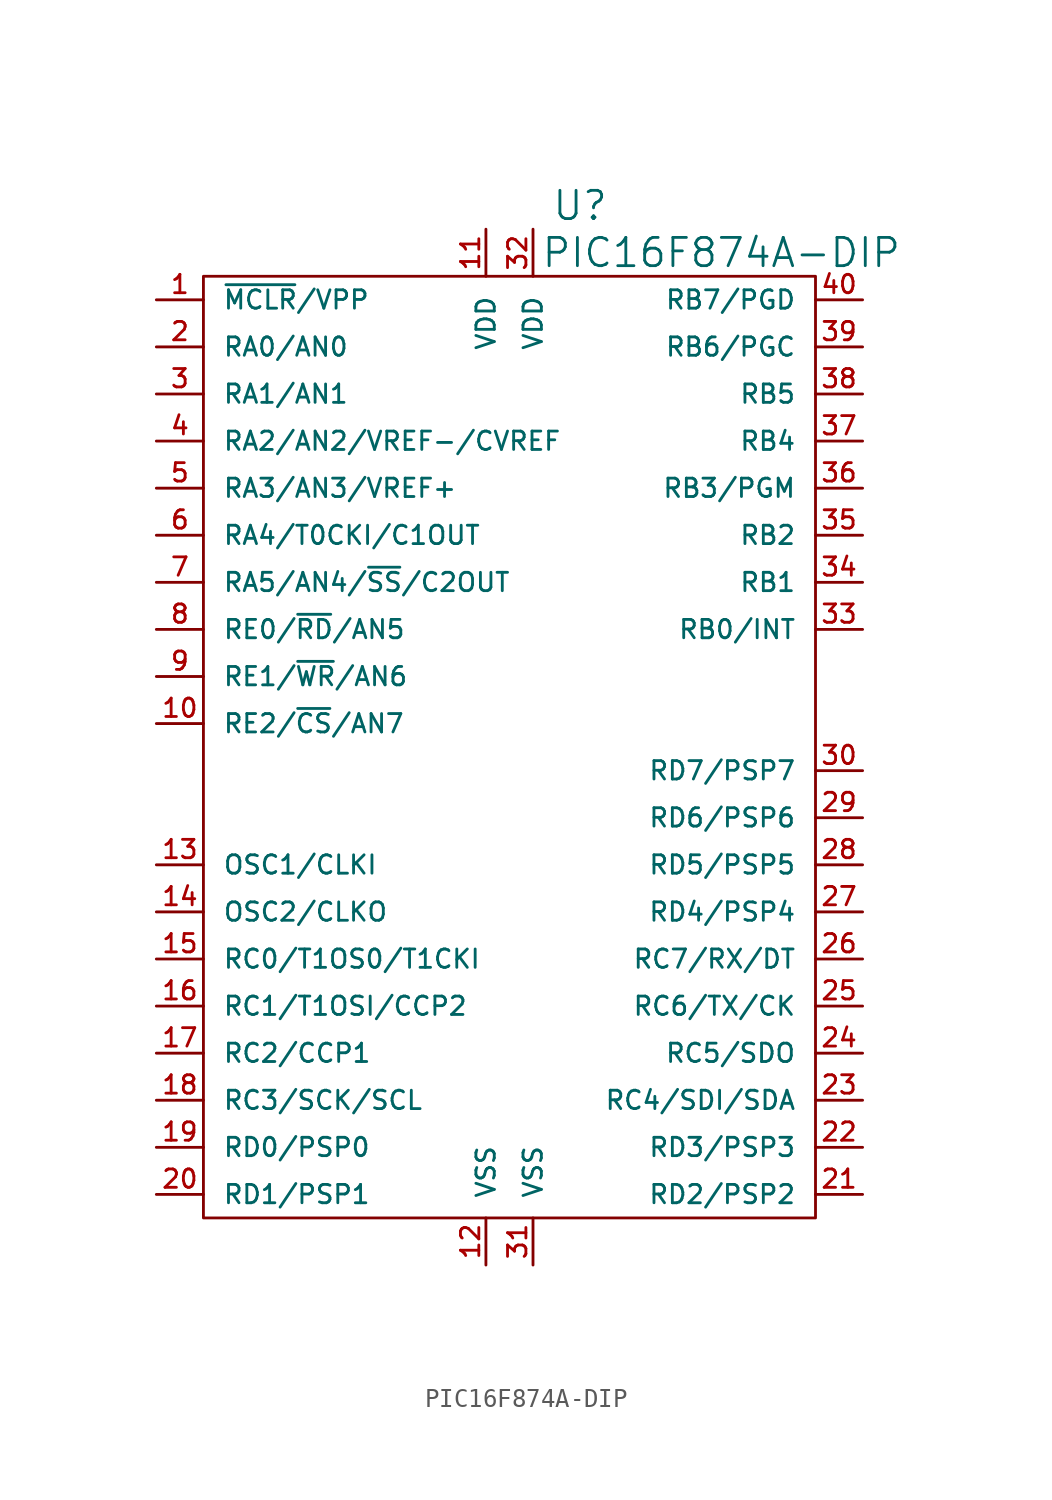
<source format=kicad_sym>
(kicad_symbol_lib
  (version 20220914)
  (generator kicad_symbol_editor)
  (symbol "PIC16F874A-DIP"
    (pin_names
      (offset 1.016))
    (property "Reference" "U"
      (at 3.81 29.21 0)
      (effects (font (size 1.524 1.524))))
    (property "Value" "PIC16F874A-DIP"
      (at 11.43 26.67 0)
      (effects (font (size 1.524 1.524))))
    (property "Footprint" ""
      (at 0 0 0)
      (effects (font (size 1.524 1.524))))
    (property "Datasheet" ""
      (at 0 0 0)
      (effects (font (size 1.524 1.524))))
    (symbol "PIC16F874A-DIP_0_1"
      (rectangle (start -16.51 25.4) (end 16.51 -25.4) (stroke (width 0) (type solid)) (fill (type none))))
    (symbol "PIC16F874A-DIP_1_1"
      (pin passive line (at -19.05 24.13 0) (length 2.54) (name "~{MCLR}/VPP" (effects (font (size 0.991 0.991)))) (number "1" (effects (font (size 0.991 0.991)))))
      (pin passive line (at -19.05 1.27 0) (length 2.54) (name "RE2/~{CS}/AN7" (effects (font (size 0.991 0.991)))) (number "10" (effects (font (size 0.991 0.991)))))
      (pin passive line (at -1.27 27.94 270) (length 2.54) (name "VDD" (effects (font (size 0.991 0.991)))) (number "11" (effects (font (size 0.991 0.991)))))
      (pin passive line (at -1.27 -27.94 90) (length 2.54) (name "VSS" (effects (font (size 0.991 0.991)))) (number "12" (effects (font (size 0.991 0.991)))))
      (pin passive line (at -19.05 -6.35 0) (length 2.54) (name "OSC1/CLKI" (effects (font (size 0.991 0.991)))) (number "13" (effects (font (size 0.991 0.991)))))
      (pin passive line (at -19.05 -8.89 0) (length 2.54) (name "OSC2/CLKO" (effects (font (size 0.991 0.991)))) (number "14" (effects (font (size 0.991 0.991)))))
      (pin passive line (at -19.05 -11.43 0) (length 2.54) (name "RC0/T1OS0/T1CKI" (effects (font (size 0.991 0.991)))) (number "15" (effects (font (size 0.991 0.991)))))
      (pin passive line (at -19.05 -13.97 0) (length 2.54) (name "RC1/T1OSI/CCP2" (effects (font (size 0.991 0.991)))) (number "16" (effects (font (size 0.991 0.991)))))
      (pin passive line (at -19.05 -16.51 0) (length 2.54) (name "RC2/CCP1" (effects (font (size 0.991 0.991)))) (number "17" (effects (font (size 0.991 0.991)))))
      (pin passive line (at -19.05 -19.05 0) (length 2.54) (name "RC3/SCK/SCL" (effects (font (size 0.991 0.991)))) (number "18" (effects (font (size 0.991 0.991)))))
      (pin passive line (at -19.05 -21.59 0) (length 2.54) (name "RD0/PSP0" (effects (font (size 0.991 0.991)))) (number "19" (effects (font (size 0.991 0.991)))))
      (pin passive line (at -19.05 21.59 0) (length 2.54) (name "RA0/AN0" (effects (font (size 0.991 0.991)))) (number "2" (effects (font (size 0.991 0.991)))))
      (pin passive line (at -19.05 -24.13 0) (length 2.54) (name "RD1/PSP1" (effects (font (size 0.991 0.991)))) (number "20" (effects (font (size 0.991 0.991)))))
      (pin passive line (at 19.05 -24.13 180) (length 2.54) (name "RD2/PSP2" (effects (font (size 0.991 0.991)))) (number "21" (effects (font (size 0.991 0.991)))))
      (pin passive line (at 19.05 -21.59 180) (length 2.54) (name "RD3/PSP3" (effects (font (size 0.991 0.991)))) (number "22" (effects (font (size 0.991 0.991)))))
      (pin passive line (at 19.05 -19.05 180) (length 2.54) (name "RC4/SDI/SDA" (effects (font (size 0.991 0.991)))) (number "23" (effects (font (size 0.991 0.991)))))
      (pin passive line (at 19.05 -16.51 180) (length 2.54) (name "RC5/SDO" (effects (font (size 0.991 0.991)))) (number "24" (effects (font (size 0.991 0.991)))))
      (pin passive line (at 19.05 -13.97 180) (length 2.54) (name "RC6/TX/CK" (effects (font (size 0.991 0.991)))) (number "25" (effects (font (size 0.991 0.991)))))
      (pin passive line (at 19.05 -11.43 180) (length 2.54) (name "RC7/RX/DT" (effects (font (size 0.991 0.991)))) (number "26" (effects (font (size 0.991 0.991)))))
      (pin passive line (at 19.05 -8.89 180) (length 2.54) (name "RD4/PSP4" (effects (font (size 0.991 0.991)))) (number "27" (effects (font (size 0.991 0.991)))))
      (pin passive line (at 19.05 -6.35 180) (length 2.54) (name "RD5/PSP5" (effects (font (size 0.991 0.991)))) (number "28" (effects (font (size 0.991 0.991)))))
      (pin passive line (at 19.05 -3.81 180) (length 2.54) (name "RD6/PSP6" (effects (font (size 0.991 0.991)))) (number "29" (effects (font (size 0.991 0.991)))))
      (pin passive line (at -19.05 19.05 0) (length 2.54) (name "RA1/AN1" (effects (font (size 0.991 0.991)))) (number "3" (effects (font (size 0.991 0.991)))))
      (pin passive line (at 19.05 -1.27 180) (length 2.54) (name "RD7/PSP7" (effects (font (size 0.991 0.991)))) (number "30" (effects (font (size 0.991 0.991)))))
      (pin passive line (at 1.27 -27.94 90) (length 2.54) (name "VSS" (effects (font (size 0.991 0.991)))) (number "31" (effects (font (size 0.991 0.991)))))
      (pin passive line (at 1.27 27.94 270) (length 2.54) (name "VDD" (effects (font (size 0.991 0.991)))) (number "32" (effects (font (size 0.991 0.991)))))
      (pin passive line (at 19.05 6.35 180) (length 2.54) (name "RB0/INT" (effects (font (size 0.991 0.991)))) (number "33" (effects (font (size 0.991 0.991)))))
      (pin passive line (at 19.05 8.89 180) (length 2.54) (name "RB1" (effects (font (size 0.991 0.991)))) (number "34" (effects (font (size 0.991 0.991)))))
      (pin passive line (at 19.05 11.43 180) (length 2.54) (name "RB2" (effects (font (size 0.991 0.991)))) (number "35" (effects (font (size 0.991 0.991)))))
      (pin passive line (at 19.05 13.97 180) (length 2.54) (name "RB3/PGM" (effects (font (size 0.991 0.991)))) (number "36" (effects (font (size 0.991 0.991)))))
      (pin passive line (at 19.05 16.51 180) (length 2.54) (name "RB4" (effects (font (size 0.991 0.991)))) (number "37" (effects (font (size 0.991 0.991)))))
      (pin passive line (at 19.05 19.05 180) (length 2.54) (name "RB5" (effects (font (size 0.991 0.991)))) (number "38" (effects (font (size 0.991 0.991)))))
      (pin passive line (at 19.05 21.59 180) (length 2.54) (name "RB6/PGC" (effects (font (size 0.991 0.991)))) (number "39" (effects (font (size 0.991 0.991)))))
      (pin passive line (at -19.05 16.51 0) (length 2.54) (name "RA2/AN2/VREF-/CVREF" (effects (font (size 0.991 0.991)))) (number "4" (effects (font (size 0.991 0.991)))))
      (pin passive line (at 19.05 24.13 180) (length 2.54) (name "RB7/PGD" (effects (font (size 0.991 0.991)))) (number "40" (effects (font (size 0.991 0.991)))))
      (pin passive line (at -19.05 13.97 0) (length 2.54) (name "RA3/AN3/VREF+" (effects (font (size 0.991 0.991)))) (number "5" (effects (font (size 0.991 0.991)))))
      (pin passive line (at -19.05 11.43 0) (length 2.54) (name "RA4/T0CKI/C1OUT" (effects (font (size 0.991 0.991)))) (number "6" (effects (font (size 0.991 0.991)))))
      (pin passive line (at -19.05 8.89 0) (length 2.54) (name "RA5/AN4/~{SS}/C2OUT" (effects (font (size 0.991 0.991)))) (number "7" (effects (font (size 0.991 0.991)))))
      (pin passive line (at -19.05 6.35 0) (length 2.54) (name "RE0/~{RD}/AN5" (effects (font (size 0.991 0.991)))) (number "8" (effects (font (size 0.991 0.991)))))
      (pin passive line (at -19.05 3.81 0) (length 2.54) (name "RE1/~{WR}/AN6" (effects (font (size 0.991 0.991)))) (number "9" (effects (font (size 0.991 0.991))))))))
</source>
